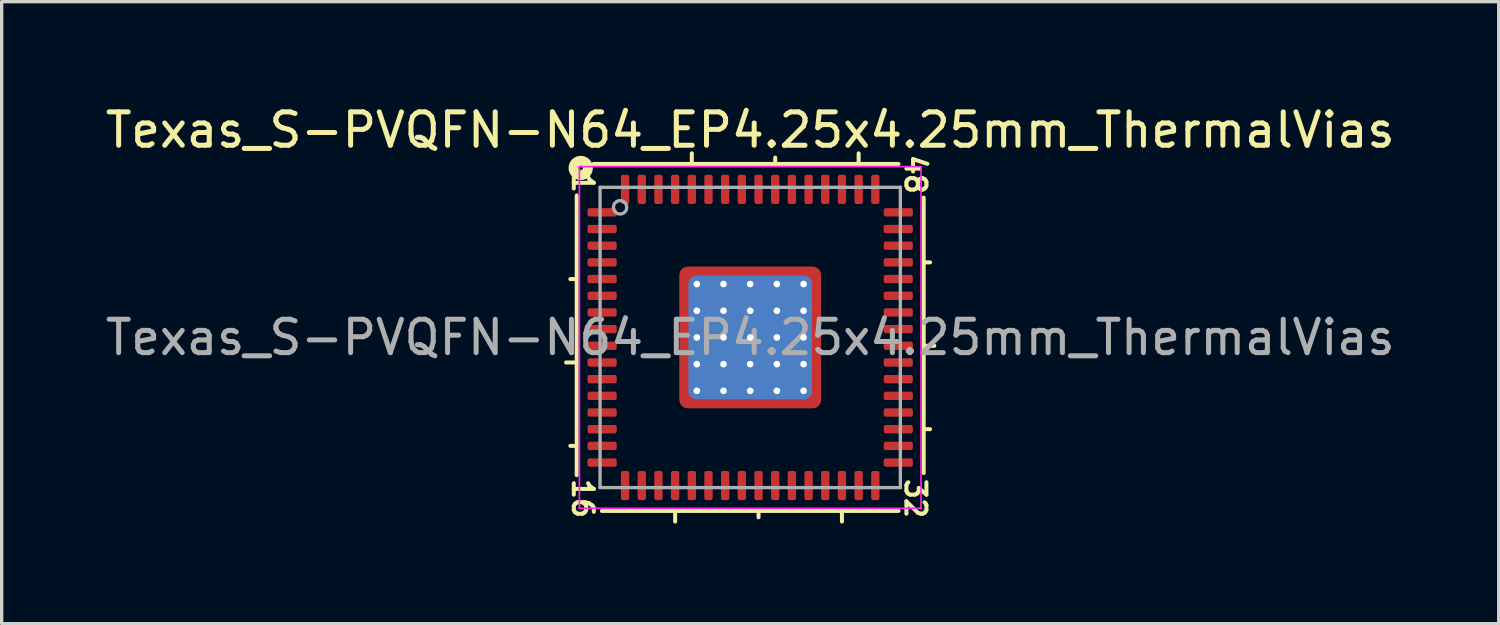
<source format=kicad_pcb>
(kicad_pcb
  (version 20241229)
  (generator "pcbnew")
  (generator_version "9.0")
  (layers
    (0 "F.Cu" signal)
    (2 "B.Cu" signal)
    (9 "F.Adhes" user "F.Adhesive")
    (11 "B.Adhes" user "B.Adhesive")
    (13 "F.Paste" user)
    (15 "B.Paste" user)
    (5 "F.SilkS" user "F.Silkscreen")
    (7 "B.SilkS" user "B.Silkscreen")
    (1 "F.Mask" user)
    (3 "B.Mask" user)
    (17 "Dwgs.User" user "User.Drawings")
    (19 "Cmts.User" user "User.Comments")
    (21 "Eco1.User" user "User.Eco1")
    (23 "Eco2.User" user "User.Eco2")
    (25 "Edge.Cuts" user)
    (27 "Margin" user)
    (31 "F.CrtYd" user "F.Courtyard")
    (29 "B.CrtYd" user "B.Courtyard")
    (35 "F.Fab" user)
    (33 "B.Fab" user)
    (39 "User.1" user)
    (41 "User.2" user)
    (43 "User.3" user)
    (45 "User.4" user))
  (footprint "Texas_S-PVQFN-N64_EP4.25x4.25mm_ThermalVias"
    (layer "F.Cu")
    (at 19.435 7.064)
    (property "Reference" "Texas_S-PVQFN-N64_EP4.25x4.25mm_ThermalVias" (at 0 -6.216 0) (layer "F.SilkS") (effects (font (size 1 1) (thickness 0.15))))
    (attr smd)
    (fp_line (start -5.2 -4.255) (end -5.2 4.128) (stroke (width 0.12) (type solid)) (layer "F.SilkS"))
    (fp_line (start -5.2 -1.75) (end -5.391 -1.75) (stroke (width 0.12) (type solid)) (layer "F.SilkS"))
    (fp_line (start -5.2 0.75) (end -5.518 0.75) (stroke (width 0.12) (type solid)) (layer "F.SilkS"))
    (fp_line (start -5.2 3.25) (end -5.391 3.25) (stroke (width 0.12) (type solid)) (layer "F.SilkS"))
    (fp_line (start -4.445 5.2) (end 4.445 5.2) (stroke (width 0.12) (type solid)) (layer "F.SilkS"))
    (fp_line (start -2.25 5.518) (end -2.25 5.2) (stroke (width 0.12) (type solid)) (layer "F.SilkS"))
    (fp_line (start -1.75 -5.2) (end -1.75 -5.518) (stroke (width 0.12) (type solid)) (layer "F.SilkS"))
    (fp_line (start 0.25 5.391) (end 0.25 5.2) (stroke (width 0.12) (type solid)) (layer "F.SilkS"))
    (fp_line (start 0.75 -5.2) (end 0.75 -5.391) (stroke (width 0.12) (type solid)) (layer "F.SilkS"))
    (fp_line (start 2.75 5.518) (end 2.75 5.2) (stroke (width 0.12) (type solid)) (layer "F.SilkS"))
    (fp_line (start 3.25 -5.2) (end 3.25 -5.518) (stroke (width 0.12) (type solid)) (layer "F.SilkS"))
    (fp_line (start 4.445 -5.2) (end -4.699 -5.2) (stroke (width 0.12) (type solid)) (layer "F.SilkS"))
    (fp_line (start 5.2 -2.25) (end 5.391 -2.25) (stroke (width 0.12) (type solid)) (layer "F.SilkS"))
    (fp_line (start 5.2 0.25) (end 5.518 0.25) (stroke (width 0.12) (type solid)) (layer "F.SilkS"))
    (fp_line (start 5.2 2.75) (end 5.391 2.75) (stroke (width 0.12) (type solid)) (layer "F.SilkS"))
    (fp_line (start 5.2 4.064) (end 5.2 -4.191) (stroke (width 0.12) (type solid)) (layer "F.SilkS"))
    (fp_circle (center -5.08 -5.08) (end -5.016 -5.08) (stroke (width 0.3) (type solid)) (fill no) (layer "F.SilkS"))
    (fp_line (start -5.12 -5.12) (end -5.12 5.12) (stroke (width 0.05) (type solid)) (layer "F.CrtYd"))
    (fp_line (start -5.12 5.12) (end 5.12 5.12) (stroke (width 0.05) (type solid)) (layer "F.CrtYd"))
    (fp_line (start 5.12 -5.12) (end -5.12 -5.12) (stroke (width 0.05) (type solid)) (layer "F.CrtYd"))
    (fp_line (start 5.12 5.12) (end 5.12 -5.12) (stroke (width 0.05) (type solid)) (layer "F.CrtYd"))
    (fp_line (start -4.5 -4.5) (end 4.5 -4.5) (stroke (width 0.1) (type solid)) (layer "F.Fab"))
    (fp_line (start -4.5 4.5) (end -4.5 -4.5) (stroke (width 0.1) (type solid)) (layer "F.Fab"))
    (fp_line (start 4.5 -4.5) (end 4.5 4.5) (stroke (width 0.1) (type solid)) (layer "F.Fab"))
    (fp_line (start 4.5 4.5) (end -4.5 4.5) (stroke (width 0.1) (type solid)) (layer "F.Fab"))
    (fp_circle (center -3.9 -3.9) (end -3.7 -3.9) (stroke (width 0.1) (type solid)) (fill no) (layer "F.Fab"))
    (fp_text user "16" (at -5.016 4.826 270) (unlocked yes) (layer "F.SilkS") (effects (font (size 0.6 0.6) (thickness 0.12))))
    (fp_text user "1" (at -5.016 -4.636 270) (unlocked yes) (layer "F.SilkS") (effects (font (size 0.6 0.6) (thickness 0.12))))
    (fp_text user "48" (at 4.953 -4.889 270) (unlocked yes) (layer "F.SilkS") (effects (font (size 0.6 0.6) (thickness 0.12))))
    (fp_text user "32" (at 4.953 4.826 270) (unlocked yes) (layer "F.SilkS") (effects (font (size 0.6 0.6) (thickness 0.12))))
    (fp_text user "${REFERENCE}" (at 0 0 0) (layer "F.Fab") (effects (font (size 1 1) (thickness 0.15))))
    (pad "" smd custom (at -1.863 -1.863) (size 0.295 0.295) (layers "F.Paste") (options (anchor circle)) (primitives (gr_poly (pts (xy 0.106 -0.013) (xy -0.013 0.106) (xy -0.106 0.106) (xy -0.106 -0.106) (xy 0.106 -0.106)) (width 0.212) (fill yes))))
    (pad "" smd custom (at -1.863 -1.2) (size 0.314 0.314) (layers "F.Paste") (options (anchor circle)) (primitives (gr_poly (pts (xy 0.106 -0.124) (xy 0.106 0.124) (xy 0.013 0.217) (xy -0.106 0.217) (xy -0.106 -0.217) (xy 0.013 -0.217)) (width 0.212) (fill yes))))
    (pad "" smd custom (at -1.863 -0.4) (size 0.314 0.314) (layers "F.Paste") (options (anchor circle)) (primitives (gr_poly (pts (xy 0.106 -0.124) (xy 0.106 0.124) (xy 0.013 0.217) (xy -0.106 0.217) (xy -0.106 -0.217) (xy 0.013 -0.217)) (width 0.212) (fill yes))))
    (pad "" smd custom (at -1.863 0.4) (size 0.314 0.314) (layers "F.Paste") (options (anchor circle)) (primitives (gr_poly (pts (xy 0.106 -0.124) (xy 0.106 0.124) (xy 0.013 0.217) (xy -0.106 0.217) (xy -0.106 -0.217) (xy 0.013 -0.217)) (width 0.212) (fill yes))))
    (pad "" smd custom (at -1.863 1.2) (size 0.314 0.314) (layers "F.Paste") (options (anchor circle)) (primitives (gr_poly (pts (xy 0.106 -0.124) (xy 0.106 0.124) (xy 0.013 0.217) (xy -0.106 0.217) (xy -0.106 -0.217) (xy 0.013 -0.217)) (width 0.212) (fill yes))))
    (pad "" smd custom (at -1.863 1.863) (size 0.295 0.295) (layers "F.Paste") (options (anchor circle)) (primitives (gr_poly (pts (xy 0.106 0.013) (xy 0.106 0.106) (xy -0.106 0.106) (xy -0.106 -0.106) (xy -0.013 -0.106)) (width 0.212) (fill yes))))
    (pad "" smd custom (at -1.2 -1.863) (size 0.314 0.314) (layers "F.Paste") (options (anchor circle)) (primitives (gr_poly (pts (xy 0.217 0.013) (xy 0.124 0.106) (xy -0.124 0.106) (xy -0.217 0.013) (xy -0.217 -0.106) (xy 0.217 -0.106)) (width 0.212) (fill yes))))
    (pad "" smd custom (at -1.2 -1.2) (size 0.555 0.555) (layers "F.Paste") (options (anchor circle)) (primitives (gr_poly (pts (xy 0.232 -0.157) (xy 0.232 0.157) (xy 0.157 0.232) (xy -0.157 0.232) (xy -0.232 0.157) (xy -0.232 -0.157) (xy -0.157 -0.232) (xy 0.157 -0.232)) (width 0.181) (fill yes))))
    (pad "" smd custom (at -1.2 -0.4) (size 0.555 0.555) (layers "F.Paste") (options (anchor circle)) (primitives (gr_poly (pts (xy 0.232 -0.157) (xy 0.232 0.157) (xy 0.157 0.232) (xy -0.157 0.232) (xy -0.232 0.157) (xy -0.232 -0.157) (xy -0.157 -0.232) (xy 0.157 -0.232)) (width 0.181) (fill yes))))
    (pad "" smd custom (at -1.2 0.4) (size 0.555 0.555) (layers "F.Paste") (options (anchor circle)) (primitives (gr_poly (pts (xy 0.232 -0.157) (xy 0.232 0.157) (xy 0.157 0.232) (xy -0.157 0.232) (xy -0.232 0.157) (xy -0.232 -0.157) (xy -0.157 -0.232) (xy 0.157 -0.232)) (width 0.181) (fill yes))))
    (pad "" smd custom (at -1.2 1.2) (size 0.555 0.555) (layers "F.Paste") (options (anchor circle)) (primitives (gr_poly (pts (xy 0.232 -0.157) (xy 0.232 0.157) (xy 0.157 0.232) (xy -0.157 0.232) (xy -0.232 0.157) (xy -0.232 -0.157) (xy -0.157 -0.232) (xy 0.157 -0.232)) (width 0.181) (fill yes))))
    (pad "" smd custom (at -1.2 1.863) (size 0.314 0.314) (layers "F.Paste") (options (anchor circle)) (primitives (gr_poly (pts (xy 0.217 -0.013) (xy 0.217 0.106) (xy -0.217 0.106) (xy -0.217 -0.013) (xy -0.124 -0.106) (xy 0.124 -0.106)) (width 0.212) (fill yes))))
    (pad "" smd custom (at -0.4 -1.863) (size 0.314 0.314) (layers "F.Paste") (options (anchor circle)) (primitives (gr_poly (pts (xy 0.217 0.013) (xy 0.124 0.106) (xy -0.124 0.106) (xy -0.217 0.013) (xy -0.217 -0.106) (xy 0.217 -0.106)) (width 0.212) (fill yes))))
    (pad "" smd custom (at -0.4 -1.2) (size 0.555 0.555) (layers "F.Paste") (options (anchor circle)) (primitives (gr_poly (pts (xy 0.232 -0.157) (xy 0.232 0.157) (xy 0.157 0.232) (xy -0.157 0.232) (xy -0.232 0.157) (xy -0.232 -0.157) (xy -0.157 -0.232) (xy 0.157 -0.232)) (width 0.181) (fill yes))))
    (pad "" smd custom (at -0.4 -0.4) (size 0.555 0.555) (layers "F.Paste") (options (anchor circle)) (primitives (gr_poly (pts (xy 0.232 -0.157) (xy 0.232 0.157) (xy 0.157 0.232) (xy -0.157 0.232) (xy -0.232 0.157) (xy -0.232 -0.157) (xy -0.157 -0.232) (xy 0.157 -0.232)) (width 0.181) (fill yes))))
    (pad "" smd custom (at -0.4 0.4) (size 0.555 0.555) (layers "F.Paste") (options (anchor circle)) (primitives (gr_poly (pts (xy 0.232 -0.157) (xy 0.232 0.157) (xy 0.157 0.232) (xy -0.157 0.232) (xy -0.232 0.157) (xy -0.232 -0.157) (xy -0.157 -0.232) (xy 0.157 -0.232)) (width 0.181) (fill yes))))
    (pad "" smd custom (at -0.4 1.2) (size 0.555 0.555) (layers "F.Paste") (options (anchor circle)) (primitives (gr_poly (pts (xy 0.232 -0.157) (xy 0.232 0.157) (xy 0.157 0.232) (xy -0.157 0.232) (xy -0.232 0.157) (xy -0.232 -0.157) (xy -0.157 -0.232) (xy 0.157 -0.232)) (width 0.181) (fill yes))))
    (pad "" smd custom (at -0.4 1.863) (size 0.314 0.314) (layers "F.Paste") (options (anchor circle)) (primitives (gr_poly (pts (xy 0.217 -0.013) (xy 0.217 0.106) (xy -0.217 0.106) (xy -0.217 -0.013) (xy -0.124 -0.106) (xy 0.124 -0.106)) (width 0.212) (fill yes))))
    (pad "" smd custom (at 0.4 -1.863) (size 0.314 0.314) (layers "F.Paste") (options (anchor circle)) (primitives (gr_poly (pts (xy 0.217 0.013) (xy 0.124 0.106) (xy -0.124 0.106) (xy -0.217 0.013) (xy -0.217 -0.106) (xy 0.217 -0.106)) (width 0.212) (fill yes))))
    (pad "" smd custom (at 0.4 -1.2) (size 0.555 0.555) (layers "F.Paste") (options (anchor circle)) (primitives (gr_poly (pts (xy 0.232 -0.157) (xy 0.232 0.157) (xy 0.157 0.232) (xy -0.157 0.232) (xy -0.232 0.157) (xy -0.232 -0.157) (xy -0.157 -0.232) (xy 0.157 -0.232)) (width 0.181) (fill yes))))
    (pad "" smd custom (at 0.4 -0.4) (size 0.555 0.555) (layers "F.Paste") (options (anchor circle)) (primitives (gr_poly (pts (xy 0.232 -0.157) (xy 0.232 0.157) (xy 0.157 0.232) (xy -0.157 0.232) (xy -0.232 0.157) (xy -0.232 -0.157) (xy -0.157 -0.232) (xy 0.157 -0.232)) (width 0.181) (fill yes))))
    (pad "" smd custom (at 0.4 0.4) (size 0.555 0.555) (layers "F.Paste") (options (anchor circle)) (primitives (gr_poly (pts (xy 0.232 -0.157) (xy 0.232 0.157) (xy 0.157 0.232) (xy -0.157 0.232) (xy -0.232 0.157) (xy -0.232 -0.157) (xy -0.157 -0.232) (xy 0.157 -0.232)) (width 0.181) (fill yes))))
    (pad "" smd custom (at 0.4 1.2) (size 0.555 0.555) (layers "F.Paste") (options (anchor circle)) (primitives (gr_poly (pts (xy 0.232 -0.157) (xy 0.232 0.157) (xy 0.157 0.232) (xy -0.157 0.232) (xy -0.232 0.157) (xy -0.232 -0.157) (xy -0.157 -0.232) (xy 0.157 -0.232)) (width 0.181) (fill yes))))
    (pad "" smd custom (at 0.4 1.863) (size 0.314 0.314) (layers "F.Paste") (options (anchor circle)) (primitives (gr_poly (pts (xy 0.217 -0.013) (xy 0.217 0.106) (xy -0.217 0.106) (xy -0.217 -0.013) (xy -0.124 -0.106) (xy 0.124 -0.106)) (width 0.212) (fill yes))))
    (pad "" smd custom (at 1.2 -1.863) (size 0.314 0.314) (layers "F.Paste") (options (anchor circle)) (primitives (gr_poly (pts (xy 0.217 0.013) (xy 0.124 0.106) (xy -0.124 0.106) (xy -0.217 0.013) (xy -0.217 -0.106) (xy 0.217 -0.106)) (width 0.212) (fill yes))))
    (pad "" smd custom (at 1.2 -1.2) (size 0.555 0.555) (layers "F.Paste") (options (anchor circle)) (primitives (gr_poly (pts (xy 0.232 -0.157) (xy 0.232 0.157) (xy 0.157 0.232) (xy -0.157 0.232) (xy -0.232 0.157) (xy -0.232 -0.157) (xy -0.157 -0.232) (xy 0.157 -0.232)) (width 0.181) (fill yes))))
    (pad "" smd custom (at 1.2 -0.4) (size 0.555 0.555) (layers "F.Paste") (options (anchor circle)) (primitives (gr_poly (pts (xy 0.232 -0.157) (xy 0.232 0.157) (xy 0.157 0.232) (xy -0.157 0.232) (xy -0.232 0.157) (xy -0.232 -0.157) (xy -0.157 -0.232) (xy 0.157 -0.232)) (width 0.181) (fill yes))))
    (pad "" smd custom (at 1.2 0.4) (size 0.555 0.555) (layers "F.Paste") (options (anchor circle)) (primitives (gr_poly (pts (xy 0.232 -0.157) (xy 0.232 0.157) (xy 0.157 0.232) (xy -0.157 0.232) (xy -0.232 0.157) (xy -0.232 -0.157) (xy -0.157 -0.232) (xy 0.157 -0.232)) (width 0.181) (fill yes))))
    (pad "" smd custom (at 1.2 1.2) (size 0.555 0.555) (layers "F.Paste") (options (anchor circle)) (primitives (gr_poly (pts (xy 0.232 -0.157) (xy 0.232 0.157) (xy 0.157 0.232) (xy -0.157 0.232) (xy -0.232 0.157) (xy -0.232 -0.157) (xy -0.157 -0.232) (xy 0.157 -0.232)) (width 0.181) (fill yes))))
    (pad "" smd custom (at 1.2 1.863) (size 0.314 0.314) (layers "F.Paste") (options (anchor circle)) (primitives (gr_poly (pts (xy 0.217 -0.013) (xy 0.217 0.106) (xy -0.217 0.106) (xy -0.217 -0.013) (xy -0.124 -0.106) (xy 0.124 -0.106)) (width 0.212) (fill yes))))
    (pad "" smd custom (at 1.863 -1.863) (size 0.295 0.295) (layers "F.Paste") (options (anchor circle)) (primitives (gr_poly (pts (xy 0.106 0.106) (xy 0.013 0.106) (xy -0.106 -0.013) (xy -0.106 -0.106) (xy 0.106 -0.106)) (width 0.212) (fill yes))))
    (pad "" smd custom (at 1.863 -1.2) (size 0.314 0.314) (layers "F.Paste") (options (anchor circle)) (primitives (gr_poly (pts (xy 0.106 0.217) (xy -0.013 0.217) (xy -0.106 0.124) (xy -0.106 -0.124) (xy -0.013 -0.217) (xy 0.106 -0.217)) (width 0.212) (fill yes))))
    (pad "" smd custom (at 1.863 -0.4) (size 0.314 0.314) (layers "F.Paste") (options (anchor circle)) (primitives (gr_poly (pts (xy 0.106 0.217) (xy -0.013 0.217) (xy -0.106 0.124) (xy -0.106 -0.124) (xy -0.013 -0.217) (xy 0.106 -0.217)) (width 0.212) (fill yes))))
    (pad "" smd custom (at 1.863 0.4) (size 0.314 0.314) (layers "F.Paste") (options (anchor circle)) (primitives (gr_poly (pts (xy 0.106 0.217) (xy -0.013 0.217) (xy -0.106 0.124) (xy -0.106 -0.124) (xy -0.013 -0.217) (xy 0.106 -0.217)) (width 0.212) (fill yes))))
    (pad "" smd custom (at 1.863 1.2) (size 0.314 0.314) (layers "F.Paste") (options (anchor circle)) (primitives (gr_poly (pts (xy 0.106 0.217) (xy -0.013 0.217) (xy -0.106 0.124) (xy -0.106 -0.124) (xy -0.013 -0.217) (xy 0.106 -0.217)) (width 0.212) (fill yes))))
    (pad "" smd custom (at 1.863 1.863) (size 0.295 0.295) (layers "F.Paste") (options (anchor circle)) (primitives (gr_poly (pts (xy 0.106 0.106) (xy -0.106 0.106) (xy -0.106 0.013) (xy 0.013 -0.106) (xy 0.106 -0.106)) (width 0.212) (fill yes))))
    (pad "1" smd roundrect (at -4.438 -3.75) (size 0.875 0.25) (layers "F.Cu" "F.Mask" "F.Paste") (roundrect_rratio 0.25))
    (pad "2" smd roundrect (at -4.438 -3.25) (size 0.875 0.25) (layers "F.Cu" "F.Mask" "F.Paste") (roundrect_rratio 0.25))
    (pad "3" smd roundrect (at -4.438 -2.75) (size 0.875 0.25) (layers "F.Cu" "F.Mask" "F.Paste") (roundrect_rratio 0.25))
    (pad "4" smd roundrect (at -4.438 -2.25) (size 0.875 0.25) (layers "F.Cu" "F.Mask" "F.Paste") (roundrect_rratio 0.25))
    (pad "5" smd roundrect (at -4.438 -1.75) (size 0.875 0.25) (layers "F.Cu" "F.Mask" "F.Paste") (roundrect_rratio 0.25))
    (pad "6" smd roundrect (at -4.438 -1.25) (size 0.875 0.25) (layers "F.Cu" "F.Mask" "F.Paste") (roundrect_rratio 0.25))
    (pad "7" smd roundrect (at -4.438 -0.75) (size 0.875 0.25) (layers "F.Cu" "F.Mask" "F.Paste") (roundrect_rratio 0.25))
    (pad "8" smd roundrect (at -4.438 -0.25) (size 0.875 0.25) (layers "F.Cu" "F.Mask" "F.Paste") (roundrect_rratio 0.25))
    (pad "9" smd roundrect (at -4.438 0.25) (size 0.875 0.25) (layers "F.Cu" "F.Mask" "F.Paste") (roundrect_rratio 0.25))
    (pad "10" smd roundrect (at -4.438 0.75) (size 0.875 0.25) (layers "F.Cu" "F.Mask" "F.Paste") (roundrect_rratio 0.25))
    (pad "11" smd roundrect (at -4.438 1.25) (size 0.875 0.25) (layers "F.Cu" "F.Mask" "F.Paste") (roundrect_rratio 0.25))
    (pad "12" smd roundrect (at -4.438 1.75) (size 0.875 0.25) (layers "F.Cu" "F.Mask" "F.Paste") (roundrect_rratio 0.25))
    (pad "13" smd roundrect (at -4.438 2.25) (size 0.875 0.25) (layers "F.Cu" "F.Mask" "F.Paste") (roundrect_rratio 0.25))
    (pad "14" smd roundrect (at -4.438 2.75) (size 0.875 0.25) (layers "F.Cu" "F.Mask" "F.Paste") (roundrect_rratio 0.25))
    (pad "15" smd roundrect (at -4.438 3.25) (size 0.875 0.25) (layers "F.Cu" "F.Mask" "F.Paste") (roundrect_rratio 0.25))
    (pad "16" smd roundrect (at -4.438 3.75) (size 0.875 0.25) (layers "F.Cu" "F.Mask" "F.Paste") (roundrect_rratio 0.25))
    (pad "17" smd roundrect (at -3.75 4.438) (size 0.25 0.875) (layers "F.Cu" "F.Mask" "F.Paste") (roundrect_rratio 0.25))
    (pad "18" smd roundrect (at -3.25 4.438) (size 0.25 0.875) (layers "F.Cu" "F.Mask" "F.Paste") (roundrect_rratio 0.25))
    (pad "19" smd roundrect (at -2.75 4.438) (size 0.25 0.875) (layers "F.Cu" "F.Mask" "F.Paste") (roundrect_rratio 0.25))
    (pad "20" smd roundrect (at -2.25 4.438) (size 0.25 0.875) (layers "F.Cu" "F.Mask" "F.Paste") (roundrect_rratio 0.25))
    (pad "21" smd roundrect (at -1.75 4.438) (size 0.25 0.875) (layers "F.Cu" "F.Mask" "F.Paste") (roundrect_rratio 0.25))
    (pad "22" smd roundrect (at -1.25 4.438) (size 0.25 0.875) (layers "F.Cu" "F.Mask" "F.Paste") (roundrect_rratio 0.25))
    (pad "23" smd roundrect (at -0.75 4.438) (size 0.25 0.875) (layers "F.Cu" "F.Mask" "F.Paste") (roundrect_rratio 0.25))
    (pad "24" smd roundrect (at -0.25 4.438) (size 0.25 0.875) (layers "F.Cu" "F.Mask" "F.Paste") (roundrect_rratio 0.25))
    (pad "25" smd roundrect (at 0.25 4.438) (size 0.25 0.875) (layers "F.Cu" "F.Mask" "F.Paste") (roundrect_rratio 0.25))
    (pad "26" smd roundrect (at 0.75 4.438) (size 0.25 0.875) (layers "F.Cu" "F.Mask" "F.Paste") (roundrect_rratio 0.25))
    (pad "27" smd roundrect (at 1.25 4.438) (size 0.25 0.875) (layers "F.Cu" "F.Mask" "F.Paste") (roundrect_rratio 0.25))
    (pad "28" smd roundrect (at 1.75 4.438) (size 0.25 0.875) (layers "F.Cu" "F.Mask" "F.Paste") (roundrect_rratio 0.25))
    (pad "29" smd roundrect (at 2.25 4.438) (size 0.25 0.875) (layers "F.Cu" "F.Mask" "F.Paste") (roundrect_rratio 0.25))
    (pad "30" smd roundrect (at 2.75 4.438) (size 0.25 0.875) (layers "F.Cu" "F.Mask" "F.Paste") (roundrect_rratio 0.25))
    (pad "31" smd roundrect (at 3.25 4.438) (size 0.25 0.875) (layers "F.Cu" "F.Mask" "F.Paste") (roundrect_rratio 0.25))
    (pad "32" smd roundrect (at 3.75 4.438) (size 0.25 0.875) (layers "F.Cu" "F.Mask" "F.Paste") (roundrect_rratio 0.25))
    (pad "33" smd roundrect (at 4.438 3.75) (size 0.875 0.25) (layers "F.Cu" "F.Mask" "F.Paste") (roundrect_rratio 0.25))
    (pad "34" smd roundrect (at 4.438 3.25) (size 0.875 0.25) (layers "F.Cu" "F.Mask" "F.Paste") (roundrect_rratio 0.25))
    (pad "35" smd roundrect (at 4.438 2.75) (size 0.875 0.25) (layers "F.Cu" "F.Mask" "F.Paste") (roundrect_rratio 0.25))
    (pad "36" smd roundrect (at 4.438 2.25) (size 0.875 0.25) (layers "F.Cu" "F.Mask" "F.Paste") (roundrect_rratio 0.25))
    (pad "37" smd roundrect (at 4.438 1.75) (size 0.875 0.25) (layers "F.Cu" "F.Mask" "F.Paste") (roundrect_rratio 0.25))
    (pad "38" smd roundrect (at 4.438 1.25) (size 0.875 0.25) (layers "F.Cu" "F.Mask" "F.Paste") (roundrect_rratio 0.25))
    (pad "39" smd roundrect (at 4.438 0.75) (size 0.875 0.25) (layers "F.Cu" "F.Mask" "F.Paste") (roundrect_rratio 0.25))
    (pad "40" smd roundrect (at 4.438 0.25) (size 0.875 0.25) (layers "F.Cu" "F.Mask" "F.Paste") (roundrect_rratio 0.25))
    (pad "41" smd roundrect (at 4.438 -0.25) (size 0.875 0.25) (layers "F.Cu" "F.Mask" "F.Paste") (roundrect_rratio 0.25))
    (pad "42" smd roundrect (at 4.438 -0.75) (size 0.875 0.25) (layers "F.Cu" "F.Mask" "F.Paste") (roundrect_rratio 0.25))
    (pad "43" smd roundrect (at 4.438 -1.25) (size 0.875 0.25) (layers "F.Cu" "F.Mask" "F.Paste") (roundrect_rratio 0.25))
    (pad "44" smd roundrect (at 4.438 -1.75) (size 0.875 0.25) (layers "F.Cu" "F.Mask" "F.Paste") (roundrect_rratio 0.25))
    (pad "45" smd roundrect (at 4.438 -2.25) (size 0.875 0.25) (layers "F.Cu" "F.Mask" "F.Paste") (roundrect_rratio 0.25))
    (pad "46" smd roundrect (at 4.438 -2.75) (size 0.875 0.25) (layers "F.Cu" "F.Mask" "F.Paste") (roundrect_rratio 0.25))
    (pad "47" smd roundrect (at 4.438 -3.25) (size 0.875 0.25) (layers "F.Cu" "F.Mask" "F.Paste") (roundrect_rratio 0.25))
    (pad "48" smd roundrect (at 4.438 -3.75) (size 0.875 0.25) (layers "F.Cu" "F.Mask" "F.Paste") (roundrect_rratio 0.25))
    (pad "49" smd roundrect (at 3.75 -4.438) (size 0.25 0.875) (layers "F.Cu" "F.Mask" "F.Paste") (roundrect_rratio 0.25))
    (pad "50" smd roundrect (at 3.25 -4.438) (size 0.25 0.875) (layers "F.Cu" "F.Mask" "F.Paste") (roundrect_rratio 0.25))
    (pad "51" smd roundrect (at 2.75 -4.438) (size 0.25 0.875) (layers "F.Cu" "F.Mask" "F.Paste") (roundrect_rratio 0.25))
    (pad "52" smd roundrect (at 2.25 -4.438) (size 0.25 0.875) (layers "F.Cu" "F.Mask" "F.Paste") (roundrect_rratio 0.25))
    (pad "53" smd roundrect (at 1.75 -4.438) (size 0.25 0.875) (layers "F.Cu" "F.Mask" "F.Paste") (roundrect_rratio 0.25))
    (pad "54" smd roundrect (at 1.25 -4.438) (size 0.25 0.875) (layers "F.Cu" "F.Mask" "F.Paste") (roundrect_rratio 0.25))
    (pad "55" smd roundrect (at 0.75 -4.438) (size 0.25 0.875) (layers "F.Cu" "F.Mask" "F.Paste") (roundrect_rratio 0.25))
    (pad "56" smd roundrect (at 0.25 -4.438) (size 0.25 0.875) (layers "F.Cu" "F.Mask" "F.Paste") (roundrect_rratio 0.25))
    (pad "57" smd roundrect (at -0.25 -4.438) (size 0.25 0.875) (layers "F.Cu" "F.Mask" "F.Paste") (roundrect_rratio 0.25))
    (pad "58" smd roundrect (at -0.75 -4.438) (size 0.25 0.875) (layers "F.Cu" "F.Mask" "F.Paste") (roundrect_rratio 0.25))
    (pad "59" smd roundrect (at -1.25 -4.438) (size 0.25 0.875) (layers "F.Cu" "F.Mask" "F.Paste") (roundrect_rratio 0.25))
    (pad "60" smd roundrect (at -1.75 -4.438) (size 0.25 0.875) (layers "F.Cu" "F.Mask" "F.Paste") (roundrect_rratio 0.25))
    (pad "61" smd roundrect (at -2.25 -4.438) (size 0.25 0.875) (layers "F.Cu" "F.Mask" "F.Paste") (roundrect_rratio 0.25))
    (pad "62" smd roundrect (at -2.75 -4.438) (size 0.25 0.875) (layers "F.Cu" "F.Mask" "F.Paste") (roundrect_rratio 0.25))
    (pad "63" smd roundrect (at -3.25 -4.438) (size 0.25 0.875) (layers "F.Cu" "F.Mask" "F.Paste") (roundrect_rratio 0.25))
    (pad "64" smd roundrect (at -3.75 -4.438) (size 0.25 0.875) (layers "F.Cu" "F.Mask" "F.Paste") (roundrect_rratio 0.25))
    (pad "65" thru_hole circle (at -1.6 -1.6) (size 0.5 0.5) (drill 0.2) (property pad_prop_heatsink) (layers "*.Cu"))
    (pad "65" thru_hole circle (at -1.6 -0.8) (size 0.5 0.5) (drill 0.2) (property pad_prop_heatsink) (layers "*.Cu"))
    (pad "65" thru_hole circle (at -1.6 0) (size 0.5 0.5) (drill 0.2) (property pad_prop_heatsink) (layers "*.Cu"))
    (pad "65" thru_hole circle (at -1.6 0.8) (size 0.5 0.5) (drill 0.2) (property pad_prop_heatsink) (layers "*.Cu"))
    (pad "65" thru_hole circle (at -1.6 1.6) (size 0.5 0.5) (drill 0.2) (property pad_prop_heatsink) (layers "*.Cu"))
    (pad "65" thru_hole circle (at -0.8 -1.6) (size 0.5 0.5) (drill 0.2) (property pad_prop_heatsink) (layers "*.Cu"))
    (pad "65" thru_hole circle (at -0.8 -0.8) (size 0.5 0.5) (drill 0.2) (property pad_prop_heatsink) (layers "*.Cu"))
    (pad "65" thru_hole circle (at -0.8 0) (size 0.5 0.5) (drill 0.2) (property pad_prop_heatsink) (layers "*.Cu"))
    (pad "65" thru_hole circle (at -0.8 0.8) (size 0.5 0.5) (drill 0.2) (property pad_prop_heatsink) (layers "*.Cu"))
    (pad "65" thru_hole circle (at -0.8 1.6) (size 0.5 0.5) (drill 0.2) (property pad_prop_heatsink) (layers "*.Cu"))
    (pad "65" thru_hole circle (at 0 -1.6) (size 0.5 0.5) (drill 0.2) (property pad_prop_heatsink) (layers "*.Cu"))
    (pad "65" thru_hole circle (at 0 -0.8) (size 0.5 0.5) (drill 0.2) (property pad_prop_heatsink) (layers "*.Cu"))
    (pad "65" thru_hole circle (at 0 0) (size 0.5 0.5) (drill 0.2) (property pad_prop_heatsink) (layers "*.Cu"))
    (pad "65" smd roundrect (at 0 0) (size 3.7 3.7) (layers "B.Cu" "B.Mask") (roundrect_rratio 0.068))
    (pad "65" smd roundrect (at 0 0) (size 4.25 4.25) (layers "F.Cu" "F.Mask") (roundrect_rratio 0.059))
    (pad "65" thru_hole circle (at 0 0.8) (size 0.5 0.5) (drill 0.2) (property pad_prop_heatsink) (layers "*.Cu"))
    (pad "65" thru_hole circle (at 0 1.6) (size 0.5 0.5) (drill 0.2) (property pad_prop_heatsink) (layers "*.Cu"))
    (pad "65" thru_hole circle (at 0.8 -1.6) (size 0.5 0.5) (drill 0.2) (property pad_prop_heatsink) (layers "*.Cu"))
    (pad "65" thru_hole circle (at 0.8 -0.8) (size 0.5 0.5) (drill 0.2) (property pad_prop_heatsink) (layers "*.Cu"))
    (pad "65" thru_hole circle (at 0.8 0) (size 0.5 0.5) (drill 0.2) (property pad_prop_heatsink) (layers "*.Cu"))
    (pad "65" thru_hole circle (at 0.8 0.8) (size 0.5 0.5) (drill 0.2) (property pad_prop_heatsink) (layers "*.Cu"))
    (pad "65" thru_hole circle (at 0.8 1.6) (size 0.5 0.5) (drill 0.2) (property pad_prop_heatsink) (layers "*.Cu"))
    (pad "65" thru_hole circle (at 1.6 -1.6) (size 0.5 0.5) (drill 0.2) (property pad_prop_heatsink) (layers "*.Cu"))
    (pad "65" thru_hole circle (at 1.6 -0.8) (size 0.5 0.5) (drill 0.2) (property pad_prop_heatsink) (layers "*.Cu"))
    (pad "65" thru_hole circle (at 1.6 0) (size 0.5 0.5) (drill 0.2) (property pad_prop_heatsink) (layers "*.Cu"))
    (pad "65" thru_hole circle (at 1.6 0.8) (size 0.5 0.5) (drill 0.2) (property pad_prop_heatsink) (layers "*.Cu"))
    (pad "65" thru_hole circle (at 1.6 1.6) (size 0.5 0.5) (drill 0.2) (property pad_prop_heatsink) (layers "*.Cu")))
  (gr_rect
    (start -3 -3)
    (end 41.869 15.642)
    (stroke (width 0.1) (type default))
    (fill no)
    (layer "Edge.Cuts")))
</source>
